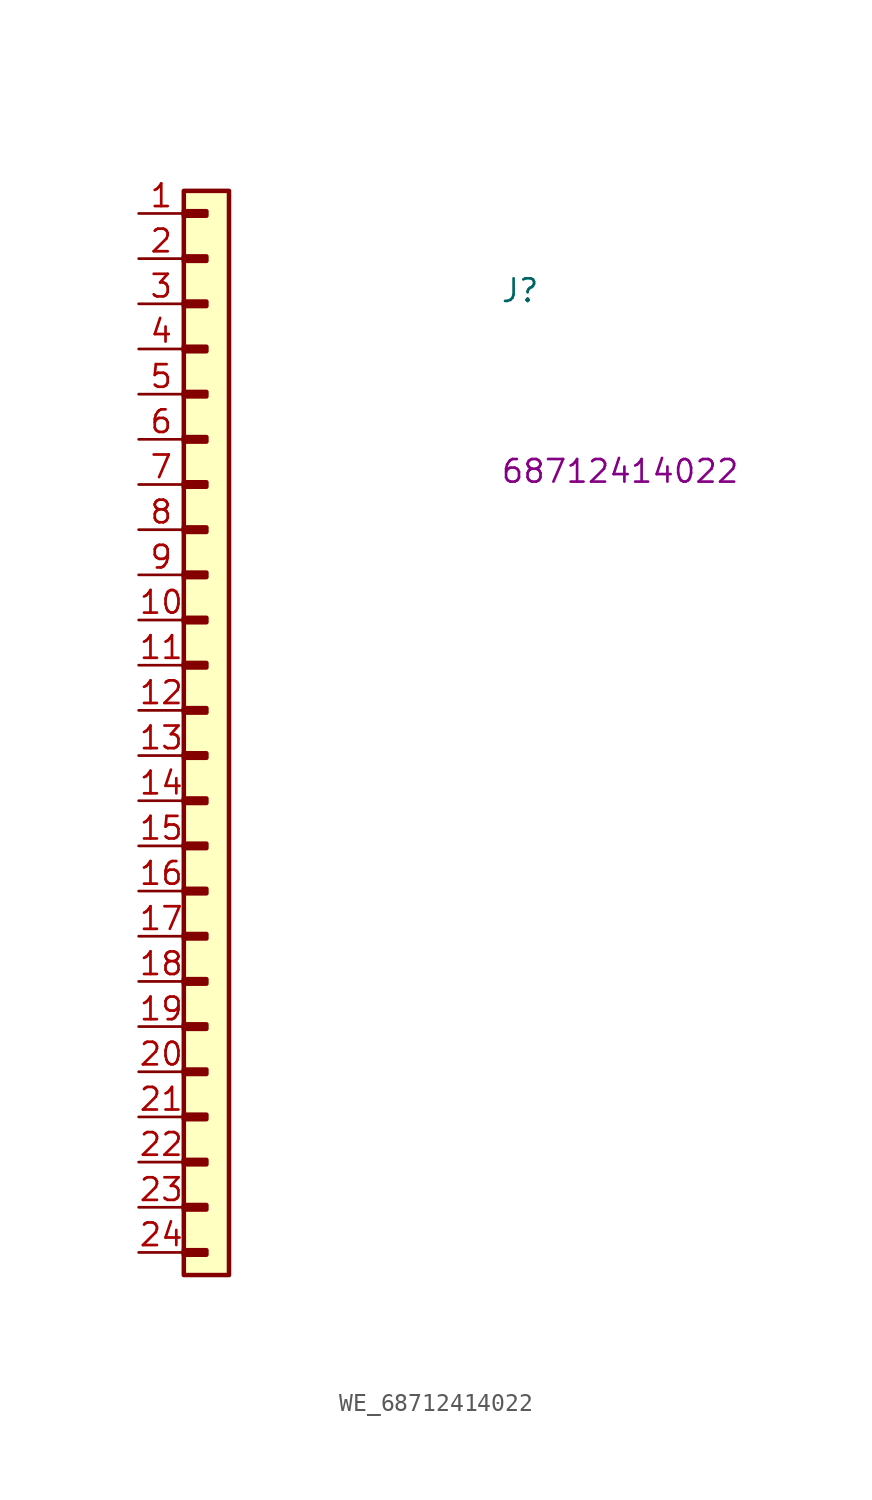
<source format=kicad_sym>
(kicad_symbol_lib
  (version 20220914)
  (generator kicad_symbol_editor)
  (symbol "WE_68712414022"
    (pin_names hide)
    (property "Reference" "J"
      (at 20.32 -5.08 0)
      (effects (font (size 1.27 1.27) (thickness 0.15)) (justify left bottom)))
    (property "MPN" "68712414022"
      (at 20.32 -15.24 0)
      (effects (font (size 1.27 1.27) (thickness 0.15)) (justify left bottom)))
    (symbol "WE_68712414022_1_1"
      (rectangle (start 2.54 -58.293) (end 3.81 -58.547) (stroke (width 0.254) (type default)) (fill (type background)))
      (rectangle (start 2.54 -55.753) (end 3.81 -56.007) (stroke (width 0.254) (type default)) (fill (type background)))
      (rectangle (start 2.54 -53.213) (end 3.81 -53.467) (stroke (width 0.254) (type default)) (fill (type background)))
      (rectangle (start 2.54 -50.673) (end 3.81 -50.927) (stroke (width 0.254) (type default)) (fill (type background)))
      (rectangle (start 2.54 -48.133) (end 3.81 -48.387) (stroke (width 0.254) (type default)) (fill (type background)))
      (rectangle (start 2.54 -45.593) (end 3.81 -45.847) (stroke (width 0.254) (type default)) (fill (type background)))
      (rectangle (start 2.54 -43.053) (end 3.81 -43.307) (stroke (width 0.254) (type default)) (fill (type background)))
      (rectangle (start 2.54 -40.513) (end 3.81 -40.767) (stroke (width 0.254) (type default)) (fill (type background)))
      (rectangle (start 2.54 -37.973) (end 3.81 -38.227) (stroke (width 0.254) (type default)) (fill (type background)))
      (rectangle (start 2.54 -35.433) (end 3.81 -35.687) (stroke (width 0.254) (type default)) (fill (type background)))
      (rectangle (start 2.54 -32.893) (end 3.81 -33.147) (stroke (width 0.254) (type default)) (fill (type background)))
      (rectangle (start 2.54 -30.353) (end 3.81 -30.607) (stroke (width 0.254) (type default)) (fill (type background)))
      (rectangle (start 2.54 -27.813) (end 3.81 -28.067) (stroke (width 0.254) (type default)) (fill (type background)))
      (rectangle (start 2.54 -25.273) (end 3.81 -25.527) (stroke (width 0.254) (type default)) (fill (type background)))
      (rectangle (start 2.54 -22.733) (end 3.81 -22.987) (stroke (width 0.254) (type default)) (fill (type background)))
      (rectangle (start 2.54 -20.193) (end 3.81 -20.447) (stroke (width 0.254) (type default)) (fill (type background)))
      (rectangle (start 2.54 -17.653) (end 3.81 -17.907) (stroke (width 0.254) (type default)) (fill (type background)))
      (rectangle (start 2.54 -15.113) (end 3.81 -15.367) (stroke (width 0.254) (type default)) (fill (type background)))
      (rectangle (start 2.54 -12.573) (end 3.81 -12.827) (stroke (width 0.254) (type default)) (fill (type background)))
      (rectangle (start 2.54 -10.033) (end 3.81 -10.287) (stroke (width 0.254) (type default)) (fill (type background)))
      (rectangle (start 2.54 -7.493) (end 3.81 -7.747) (stroke (width 0.254) (type default)) (fill (type background)))
      (rectangle (start 2.54 -4.953) (end 3.81 -5.207) (stroke (width 0.254) (type default)) (fill (type background)))
      (rectangle (start 2.54 -2.413) (end 3.81 -2.667) (stroke (width 0.254) (type default)) (fill (type background)))
      (rectangle (start 2.54 0.127) (end 3.81 -0.127) (stroke (width 0.254) (type default)) (fill (type background)))
      (rectangle (start 2.54 1.27) (end 5.08 -59.69) (stroke (width 0.254) (type default)) (fill (type background)))
      (pin passive line (at 0 0 0) (length 2.54) (name "Pin_1" (effects (font (size 1.27 1.27)))) (number "1" (effects (font (size 1.27 1.27)))))
      (pin passive line (at 0 -22.86 0) (length 2.54) (name "Pin_10" (effects (font (size 1.27 1.27)))) (number "10" (effects (font (size 1.27 1.27)))))
      (pin passive line (at 0 -25.4 0) (length 2.54) (name "Pin_11" (effects (font (size 1.27 1.27)))) (number "11" (effects (font (size 1.27 1.27)))))
      (pin passive line (at 0 -27.94 0) (length 2.54) (name "Pin_12" (effects (font (size 1.27 1.27)))) (number "12" (effects (font (size 1.27 1.27)))))
      (pin passive line (at 0 -30.48 0) (length 2.54) (name "Pin_13" (effects (font (size 1.27 1.27)))) (number "13" (effects (font (size 1.27 1.27)))))
      (pin passive line (at 0 -33.02 0) (length 2.54) (name "Pin_14" (effects (font (size 1.27 1.27)))) (number "14" (effects (font (size 1.27 1.27)))))
      (pin passive line (at 0 -35.56 0) (length 2.54) (name "Pin_15" (effects (font (size 1.27 1.27)))) (number "15" (effects (font (size 1.27 1.27)))))
      (pin passive line (at 0 -38.1 0) (length 2.54) (name "Pin_16" (effects (font (size 1.27 1.27)))) (number "16" (effects (font (size 1.27 1.27)))))
      (pin passive line (at 0 -40.64 0) (length 2.54) (name "Pin_17" (effects (font (size 1.27 1.27)))) (number "17" (effects (font (size 1.27 1.27)))))
      (pin passive line (at 0 -43.18 0) (length 2.54) (name "Pin_18" (effects (font (size 1.27 1.27)))) (number "18" (effects (font (size 1.27 1.27)))))
      (pin passive line (at 0 -45.72 0) (length 2.54) (name "Pin_19" (effects (font (size 1.27 1.27)))) (number "19" (effects (font (size 1.27 1.27)))))
      (pin passive line (at 0 -2.54 0) (length 2.54) (name "Pin_2" (effects (font (size 1.27 1.27)))) (number "2" (effects (font (size 1.27 1.27)))))
      (pin passive line (at 0 -48.26 0) (length 2.54) (name "Pin_20" (effects (font (size 1.27 1.27)))) (number "20" (effects (font (size 1.27 1.27)))))
      (pin passive line (at 0 -50.8 0) (length 2.54) (name "Pin_21" (effects (font (size 1.27 1.27)))) (number "21" (effects (font (size 1.27 1.27)))))
      (pin passive line (at 0 -53.34 0) (length 2.54) (name "Pin_22" (effects (font (size 1.27 1.27)))) (number "22" (effects (font (size 1.27 1.27)))))
      (pin passive line (at 0 -55.88 0) (length 2.54) (name "Pin_23" (effects (font (size 1.27 1.27)))) (number "23" (effects (font (size 1.27 1.27)))))
      (pin passive line (at 0 -58.42 0) (length 2.54) (name "Pin_24" (effects (font (size 1.27 1.27)))) (number "24" (effects (font (size 1.27 1.27)))))
      (pin passive line (at 0 -5.08 0) (length 2.54) (name "Pin_3" (effects (font (size 1.27 1.27)))) (number "3" (effects (font (size 1.27 1.27)))))
      (pin passive line (at 0 -7.62 0) (length 2.54) (name "Pin_4" (effects (font (size 1.27 1.27)))) (number "4" (effects (font (size 1.27 1.27)))))
      (pin passive line (at 0 -10.16 0) (length 2.54) (name "Pin_5" (effects (font (size 1.27 1.27)))) (number "5" (effects (font (size 1.27 1.27)))))
      (pin passive line (at 0 -12.7 0) (length 2.54) (name "Pin_6" (effects (font (size 1.27 1.27)))) (number "6" (effects (font (size 1.27 1.27)))))
      (pin passive line (at 0 -15.24 0) (length 2.54) (name "Pin_7" (effects (font (size 1.27 1.27)))) (number "7" (effects (font (size 1.27 1.27)))))
      (pin passive line (at 0 -17.78 0) (length 2.54) (name "Pin_8" (effects (font (size 1.27 1.27)))) (number "8" (effects (font (size 1.27 1.27)))))
      (pin passive line (at 0 -20.32 0) (length 2.54) (name "Pin_9" (effects (font (size 1.27 1.27)))) (number "9" (effects (font (size 1.27 1.27))))))))
</source>
